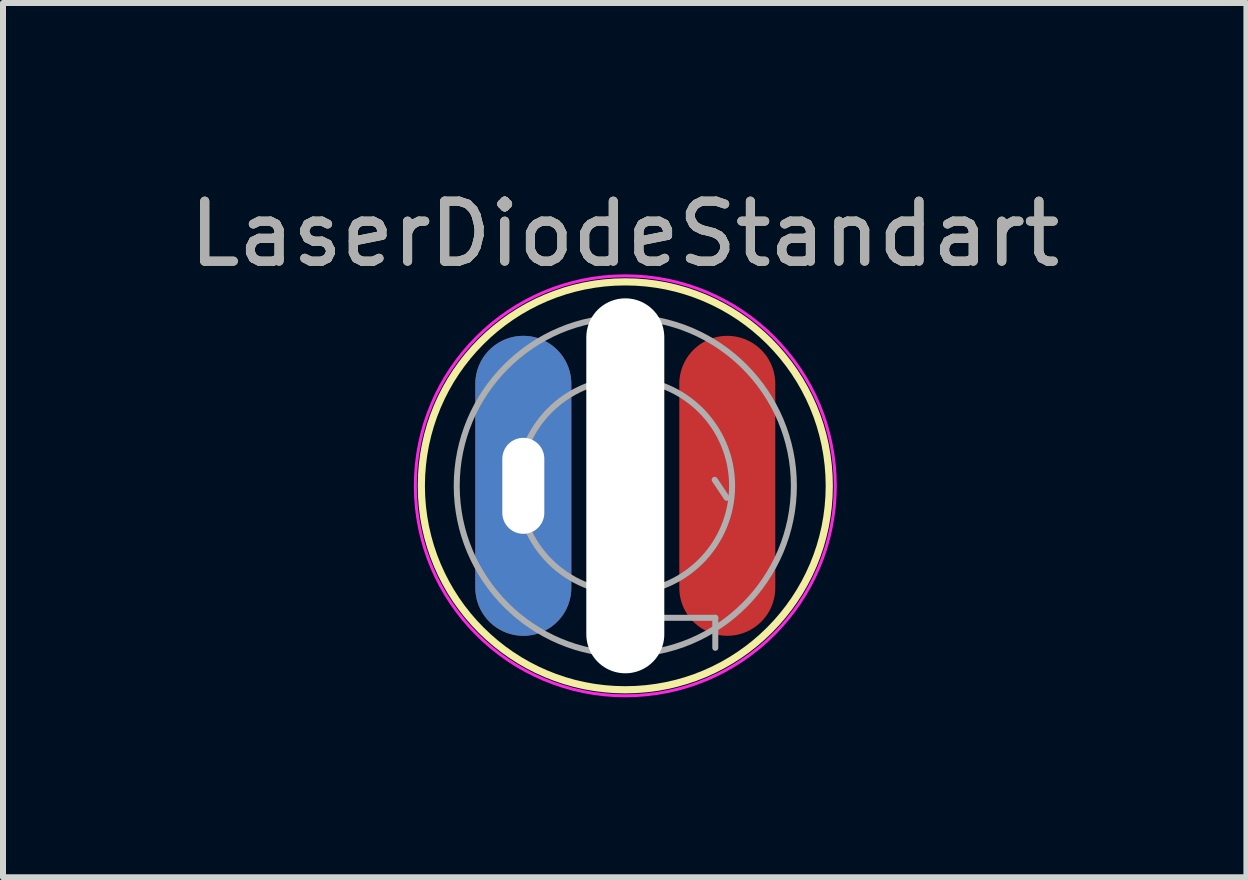
<source format=kicad_pcb>
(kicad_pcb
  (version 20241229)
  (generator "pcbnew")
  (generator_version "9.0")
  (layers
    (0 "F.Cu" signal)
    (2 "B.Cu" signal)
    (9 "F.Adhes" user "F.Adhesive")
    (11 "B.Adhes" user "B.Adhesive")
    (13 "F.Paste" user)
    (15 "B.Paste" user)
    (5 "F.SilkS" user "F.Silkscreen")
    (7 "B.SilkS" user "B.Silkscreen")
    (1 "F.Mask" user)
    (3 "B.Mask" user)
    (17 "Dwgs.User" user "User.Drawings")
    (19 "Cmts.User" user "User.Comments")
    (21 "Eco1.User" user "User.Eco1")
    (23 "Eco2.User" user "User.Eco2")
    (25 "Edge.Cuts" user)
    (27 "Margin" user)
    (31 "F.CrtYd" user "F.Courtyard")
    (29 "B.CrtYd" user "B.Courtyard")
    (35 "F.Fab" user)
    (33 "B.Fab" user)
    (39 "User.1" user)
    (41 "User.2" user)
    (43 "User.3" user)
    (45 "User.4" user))
  (footprint "LaserDiodeStandart"
    (layer "F.Cu")
    (at 7.373 5.048)
    (property "Reference" "LaserDiodeStandart" (at -0.01 -4.2 0) (layer "F.SilkS") (effects (font (size 1 1) (thickness 0.15))))
    (attr through_hole)
    (fp_circle (center 0 0) (end 3.4 0) (stroke (width 0.12) (type solid)) (fill no) (layer "F.SilkS"))
    (fp_circle (center 0 0) (end 3.5 0) (stroke (width 0.05) (type solid)) (fill no) (layer "F.CrtYd"))
    (fp_line (start -1.66 -0.3) (end -1.46 0) (stroke (width 0.1) (type solid)) (layer "F.Fab"))
    (fp_line (start -1.46 0) (end -1.66 0.3) (stroke (width 0.1) (type solid)) (layer "F.Fab"))
    (fp_line (start 0.5 2.2) (end 1.5 2.2) (stroke (width 0.1) (type solid)) (layer "F.Fab"))
    (fp_line (start 0.5 2.7) (end 0.5 2.2) (stroke (width 0.1) (type solid)) (layer "F.Fab"))
    (fp_line (start 1.49 -0.1) (end 1.69 0.2) (stroke (width 0.1) (type solid)) (layer "F.Fab"))
    (fp_line (start 1.5 2.2) (end 1.5 2.7) (stroke (width 0.1) (type solid)) (layer "F.Fab"))
    (fp_circle (center 0 0) (end 1.78 0) (stroke (width 0.1) (type solid)) (fill no) (layer "F.Fab"))
    (fp_circle (center 0 0) (end 2.81 0) (stroke (width 0.1) (type solid)) (fill no) (layer "F.Fab"))
    (fp_text user "${REFERENCE}" (at -0.01 -4.2 0) (layer "F.Fab") (effects (font (size 1 1) (thickness 0.15))))
    (pad "" np_thru_hole oval (at 0 0) (size 1.3 6.25) (drill oval 1.3 6.25) (layers "*.Cu" "*.Mask"))
    (pad "1" thru_hole oval (at -1.7 0) (size 1.6 5) (drill oval 0.7 1.6) (layers "*.Cu" "*.Mask"))
    (pad "2" smd oval (at 1.7 0) (size 1.6 5) (layers "F.Cu" "F.Mask" "F.Paste")))
  (gr_rect
    (start -3 -3)
    (end 17.726 11.573)
    (stroke (width 0.1) (type default))
    (fill no)
    (layer "Edge.Cuts")))
</source>
